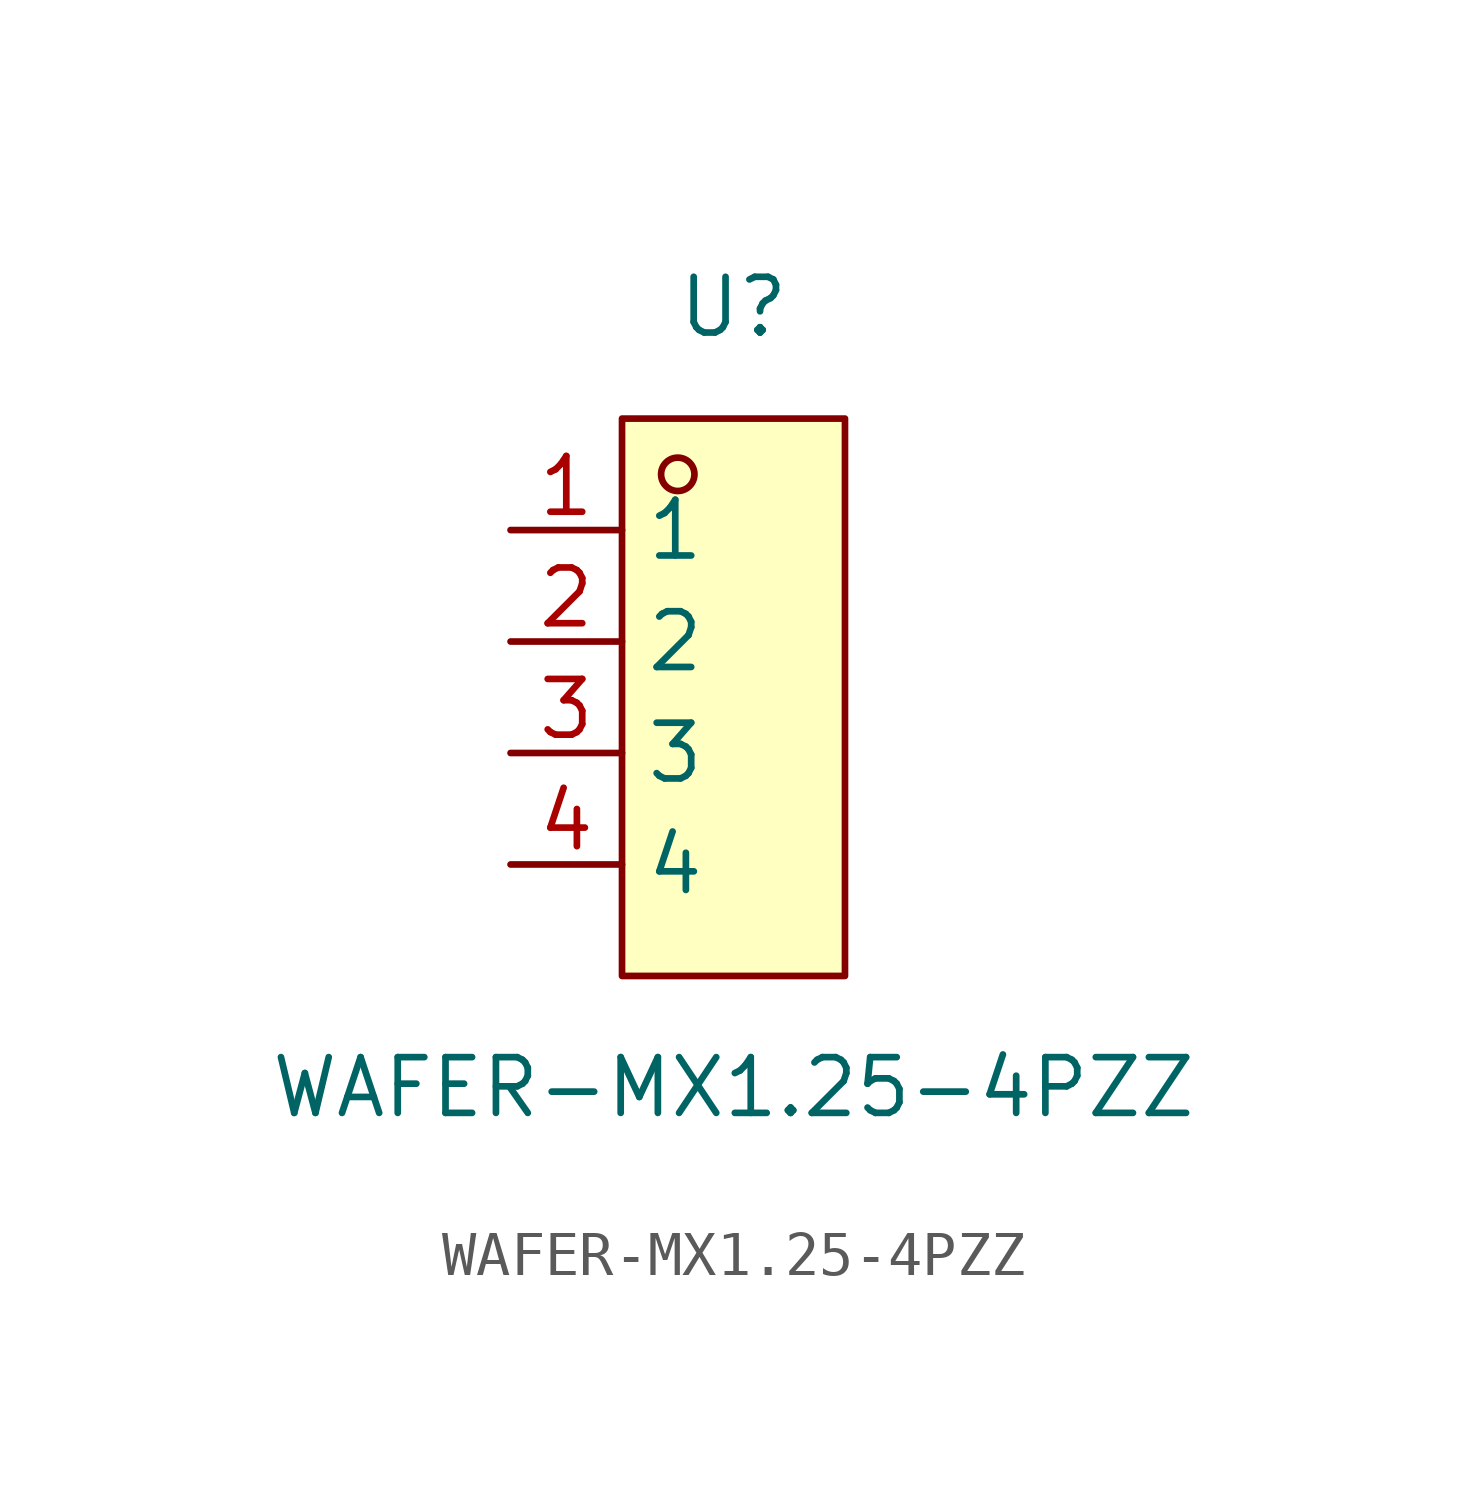
<source format=kicad_sym>
(kicad_symbol_lib
  (version 20211014)
  (generator https://github.com/uPesy/easyeda2kicad.py)
  (symbol "WAFER-MX1.25-4PZZ"
    (property "Reference" "U"
      (at 0 8.89 0)
      (effects (font (size 1.27 1.27))))
    (property "Value" "WAFER-MX1.25-4PZZ"
      (at 0 -8.89 0)
      (effects (font (size 1.27 1.27))))
    (symbol "WAFER-MX1.25-4PZZ_0_1"
      (rectangle (start -2.54 6.35) (end 2.54 -6.35) (stroke (width 0) (type default) (color 0 0 0 0)) (fill (type background)))
      (circle (center -1.27 5.08) (radius 0.38) (stroke (width 0) (type default) (color 0 0 0 0)) (fill (type none)))
      (pin unspecified line (at -5.08 3.81 0) (length 2.54) (name "1" (effects (font (size 1.27 1.27)))) (number "1" (effects (font (size 1.27 1.27)))))
      (pin unspecified line (at -5.08 1.27 0) (length 2.54) (name "2" (effects (font (size 1.27 1.27)))) (number "2" (effects (font (size 1.27 1.27)))))
      (pin unspecified line (at -5.08 -1.27 0) (length 2.54) (name "3" (effects (font (size 1.27 1.27)))) (number "3" (effects (font (size 1.27 1.27)))))
      (pin unspecified line (at -5.08 -3.81 0) (length 2.54) (name "4" (effects (font (size 1.27 1.27)))) (number "4" (effects (font (size 1.27 1.27))))))))
</source>
